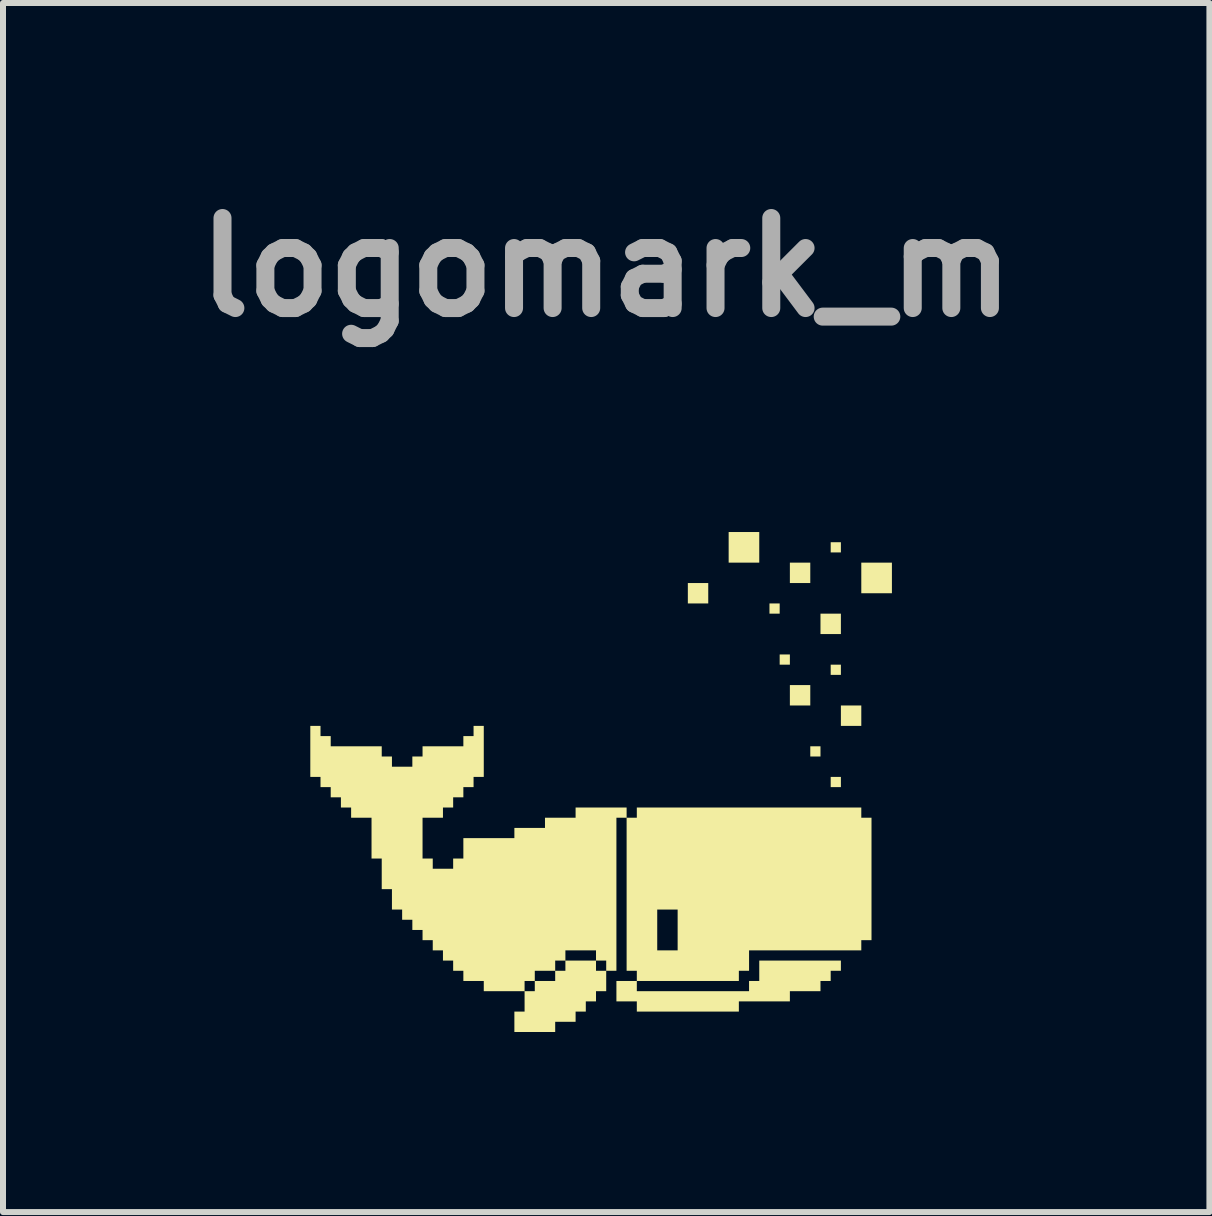
<source format=kicad_pcb>
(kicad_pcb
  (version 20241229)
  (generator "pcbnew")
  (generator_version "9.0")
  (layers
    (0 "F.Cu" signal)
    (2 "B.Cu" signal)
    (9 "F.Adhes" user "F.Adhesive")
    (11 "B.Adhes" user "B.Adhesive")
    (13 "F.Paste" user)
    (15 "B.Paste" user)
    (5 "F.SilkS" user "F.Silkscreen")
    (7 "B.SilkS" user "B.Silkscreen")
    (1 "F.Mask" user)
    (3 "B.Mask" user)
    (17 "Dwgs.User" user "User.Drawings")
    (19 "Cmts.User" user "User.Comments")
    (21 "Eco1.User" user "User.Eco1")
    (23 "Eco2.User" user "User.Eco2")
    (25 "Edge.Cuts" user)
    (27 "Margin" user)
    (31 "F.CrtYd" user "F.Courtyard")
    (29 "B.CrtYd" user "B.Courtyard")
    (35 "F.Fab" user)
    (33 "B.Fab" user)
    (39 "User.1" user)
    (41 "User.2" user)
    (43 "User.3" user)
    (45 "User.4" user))
  (footprint "logomark_m"
    (layer "F.Cu")
    (at 7.05 10.404)
    (property "Reference" "logomark_m" (at 0 -9 0) (layer "F.Fab") (effects (font (size 1.5 1.5) (thickness 0.3))))
    (attr board_only exclude_from_pos_files exclude_from_bom)
    (fp_poly (pts (xy 1.7 -3.57) (xy 1.7 -3.4) (xy 1.53 -3.4) (xy 1.36 -3.4) (xy 1.36 -3.57) (xy 1.36 -3.74) (xy 1.53 -3.74) (xy 1.7 -3.74)) (stroke (width 0) (type solid)) (fill yes) (layer "F.SilkS"))
    (fp_poly (pts (xy 2.55 -4.335) (xy 2.55 -4.08) (xy 2.295 -4.08) (xy 2.04 -4.08) (xy 2.04 -4.335) (xy 2.04 -4.59) (xy 2.295 -4.59) (xy 2.55 -4.59)) (stroke (width 0) (type solid)) (fill yes) (layer "F.SilkS"))
    (fp_poly (pts (xy 2.89 -3.315) (xy 2.89 -3.23) (xy 2.805 -3.23) (xy 2.72 -3.23) (xy 2.72 -3.315) (xy 2.72 -3.4) (xy 2.805 -3.4) (xy 2.89 -3.4)) (stroke (width 0) (type solid)) (fill yes) (layer "F.SilkS"))
    (fp_poly (pts (xy 3.06 -2.465) (xy 3.06 -2.38) (xy 2.975 -2.38) (xy 2.89 -2.38) (xy 2.89 -2.465) (xy 2.89 -2.55) (xy 2.975 -2.55) (xy 3.06 -2.55)) (stroke (width 0) (type solid)) (fill yes) (layer "F.SilkS"))
    (fp_poly (pts (xy 3.4 -3.91) (xy 3.4 -3.74) (xy 3.23 -3.74) (xy 3.06 -3.74) (xy 3.06 -3.91) (xy 3.06 -4.08) (xy 3.23 -4.08) (xy 3.4 -4.08)) (stroke (width 0) (type solid)) (fill yes) (layer "F.SilkS"))
    (fp_poly (pts (xy 3.4 -1.87) (xy 3.4 -1.7) (xy 3.23 -1.7) (xy 3.06 -1.7) (xy 3.06 -1.87) (xy 3.06 -2.04) (xy 3.23 -2.04) (xy 3.4 -2.04)) (stroke (width 0) (type solid)) (fill yes) (layer "F.SilkS"))
    (fp_poly (pts (xy 3.57 -0.935) (xy 3.57 -0.85) (xy 3.485 -0.85) (xy 3.4 -0.85) (xy 3.4 -0.935) (xy 3.4 -1.02) (xy 3.485 -1.02) (xy 3.57 -1.02)) (stroke (width 0) (type solid)) (fill yes) (layer "F.SilkS"))
    (fp_poly (pts (xy 3.91 -4.335) (xy 3.91 -4.25) (xy 3.825 -4.25) (xy 3.74 -4.25) (xy 3.74 -4.335) (xy 3.74 -4.42) (xy 3.825 -4.42) (xy 3.91 -4.42)) (stroke (width 0) (type solid)) (fill yes) (layer "F.SilkS"))
    (fp_poly (pts (xy 3.91 -3.06) (xy 3.91 -2.89) (xy 3.74 -2.89) (xy 3.57 -2.89) (xy 3.57 -3.06) (xy 3.57 -3.23) (xy 3.74 -3.23) (xy 3.91 -3.23)) (stroke (width 0) (type solid)) (fill yes) (layer "F.SilkS"))
    (fp_poly (pts (xy 3.91 -2.295) (xy 3.91 -2.21) (xy 3.825 -2.21) (xy 3.74 -2.21) (xy 3.74 -2.295) (xy 3.74 -2.38) (xy 3.825 -2.38) (xy 3.91 -2.38)) (stroke (width 0) (type solid)) (fill yes) (layer "F.SilkS"))
    (fp_poly (pts (xy 3.91 -0.425) (xy 3.91 -0.34) (xy 3.825 -0.34) (xy 3.74 -0.34) (xy 3.74 -0.425) (xy 3.74 -0.51) (xy 3.825 -0.51) (xy 3.91 -0.51)) (stroke (width 0) (type solid)) (fill yes) (layer "F.SilkS"))
    (fp_poly (pts (xy 4.25 -1.53) (xy 4.25 -1.36) (xy 4.08 -1.36) (xy 3.91 -1.36) (xy 3.91 -1.53) (xy 3.91 -1.7) (xy 4.08 -1.7) (xy 4.25 -1.7)) (stroke (width 0) (type solid)) (fill yes) (layer "F.SilkS"))
    (fp_poly (pts (xy 4.76 -3.825) (xy 4.76 -3.57) (xy 4.505 -3.57) (xy 4.25 -3.57) (xy 4.25 -3.825) (xy 4.25 -4.08) (xy 4.505 -4.08) (xy 4.76 -4.08)) (stroke (width 0) (type solid)) (fill yes) (layer "F.SilkS"))
    (fp_poly (pts (xy -4.76 -1.275) (xy -4.76 -1.19) (xy -4.675 -1.19) (xy -4.59 -1.19) (xy -4.59 -1.105) (xy -4.59 -1.02) (xy -4.165 -1.02) (xy -3.74 -1.02) (xy -3.74 -0.935) (xy -3.74 -0.85) (xy -3.655 -0.85) (xy -3.57 -0.85) (xy -3.57 -0.765) (xy -3.57 -0.68) (xy -3.4 -0.68) (xy -3.23 -0.68) (xy -3.23 -0.765) (xy -3.23 -0.85) (xy -3.145 -0.85) (xy -3.06 -0.85) (xy -3.06 -0.935) (xy -3.06 -1.02) (xy -2.72 -1.02) (xy -2.38 -1.02) (xy -2.38 -1.105) (xy -2.38 -1.19) (xy -2.295 -1.19) (xy -2.21 -1.19) (xy -2.21 -1.275) (xy -2.21 -1.36) (xy -2.125 -1.36) (xy -2.04 -1.36) (xy -2.04 -0.935) (xy -2.04 -0.51) (xy -2.125 -0.51) (xy -2.21 -0.51) (xy -2.21 -0.425) (xy -2.21 -0.34) (xy -2.295 -0.34) (xy -2.38 -0.34) (xy -2.38 -0.255) (xy -2.38 -0.17) (xy -2.465 -0.17) (xy -2.55 -0.17) (xy -2.55 -0.085) (xy -2.55 0) (xy -2.635 0) (xy -2.72 0) (xy -2.72 0.085) (xy -2.72 0.17) (xy -2.89 0.17) (xy -3.06 0.17) (xy -3.06 0.51) (xy -3.06 0.85) (xy -2.975 0.85) (xy -2.89 0.85) (xy -2.89 0.935) (xy -2.89 1.02) (xy -2.72 1.02) (xy -2.55 1.02) (xy -2.55 0.935) (xy -2.55 0.85) (xy -2.465 0.85) (xy -2.38 0.85) (xy -2.38 0.68) (xy -2.38 0.51) (xy -1.955 0.51) (xy -1.53 0.51) (xy -1.53 0.425) (xy -1.53 0.34) (xy -1.275 0.34) (xy -1.02 0.34) (xy -1.02 0.255) (xy -1.02 0.17) (xy -0.765 0.17) (xy -0.51 0.17) (xy -0.51 0.085) (xy -0.51 0) (xy -0.085 0) (xy 0.34 0) (xy 0.34 0.085) (xy 0.34 0.17) (xy 0.425 0.17) (xy 0.51 0.17) (xy 0.51 0.085) (xy 0.51 0) (xy 2.38 0) (xy 4.25 0) (xy 4.25 0.085) (xy 4.25 0.17) (xy 4.335 0.17) (xy 4.42 0.17) (xy 4.42 1.19) (xy 4.42 2.21) (xy 4.335 2.21) (xy 4.25 2.21) (xy 4.25 2.295) (xy 4.25 2.38) (xy 3.315 2.38) (xy 2.38 2.38) (xy 2.38 2.55) (xy 2.38 2.72) (xy 2.295 2.72) (xy 2.21 2.72) (xy 2.21 2.805) (xy 2.21 2.89) (xy 1.36 2.89) (xy 0.51 2.89) (xy 0.51 2.975) (xy 0.51 3.06) (xy 1.445 3.06) (xy 2.38 3.06) (xy 2.38 2.975) (xy 2.38 2.89) (xy 2.465 2.89) (xy 2.55 2.89) (xy 2.55 2.72) (xy 2.55 2.55) (xy 3.23 2.55) (xy 3.91 2.55) (xy 3.91 2.635) (xy 3.91 2.72) (xy 3.825 2.72) (xy 3.74 2.72) (xy 3.74 2.805) (xy 3.74 2.89) (xy 3.655 2.89) (xy 3.57 2.89) (xy 3.57 2.975) (xy 3.57 3.06) (xy 3.315 3.06) (xy 3.06 3.06) (xy 3.06 3.145) (xy 3.06 3.23) (xy 2.635 3.23) (xy 2.21 3.23) (xy 2.21 3.315) (xy 2.21 3.4) (xy 1.36 3.4) (xy 0.51 3.4) (xy 0.51 3.315) (xy 0.51 3.23) (xy 0.34 3.23) (xy 0.17 3.23) (xy 0.17 3.06) (xy 0.17 2.89) (xy 0.34 2.89) (xy 0.51 2.89) (xy 0.51 2.805) (xy 0.51 2.72) (xy 0.425 2.72) (xy 0.34 2.72) (xy 0.34 1.7) (xy 0.85 1.7) (xy 0.85 2.04) (xy 0.85 2.38) (xy 1.02 2.38) (xy 1.19 2.38) (xy 1.19 2.04) (xy 1.19 1.7) (xy 1.02 1.7) (xy 0.85 1.7) (xy 0.34 1.7) (xy 0.34 1.445) (xy 0.34 0.17) (xy 0.255 0.17) (xy 0.17 0.17) (xy 0.17 1.445) (xy 0.17 2.72) (xy 0.085 2.72) (xy 0 2.72) (xy 0 2.89) (xy 0 3.06) (xy -0.085 3.06) (xy -0.17 3.06) (xy -0.17 3.145) (xy -0.17 3.23) (xy -0.255 3.23) (xy -0.34 3.23) (xy -0.34 3.315) (xy -0.34 3.4) (xy -0.425 3.4) (xy -0.51 3.4) (xy -0.51 3.485) (xy -0.51 3.57) (xy -0.68 3.57) (xy -0.85 3.57) (xy -0.85 3.655) (xy -0.85 3.74) (xy -1.19 3.74) (xy -1.53 3.74) (xy -1.53 3.57) (xy -1.53 3.4) (xy -1.445 3.4) (xy -1.36 3.4) (xy -1.36 3.23) (xy -1.36 3.06) (xy -1.275 3.06) (xy -1.19 3.06) (xy -1.19 2.975) (xy -1.19 2.89) (xy -1.02 2.89) (xy -0.85 2.89) (xy -0.85 2.805) (xy -0.85 2.72) (xy -0.765 2.72) (xy -0.68 2.72) (xy -0.68 2.635) (xy -0.68 2.55) (xy -0.425 2.55) (xy -0.17 2.55) (xy -0.17 2.635) (xy -0.17 2.72) (xy -0.085 2.72) (xy 0 2.72) (xy 0 2.635) (xy 0 2.55) (xy -0.085 2.55) (xy -0.17 2.55) (xy -0.17 2.465) (xy -0.17 2.38) (xy -0.425 2.38) (xy -0.68 2.38) (xy -0.68 2.465) (xy -0.68 2.55) (xy -0.765 2.55) (xy -0.85 2.55) (xy -0.85 2.635) (xy -0.85 2.72) (xy -1.02 2.72) (xy -1.19 2.72) (xy -1.19 2.805) (xy -1.19 2.89) (xy -1.275 2.89) (xy -1.36 2.89) (xy -1.36 2.975) (xy -1.36 3.06) (xy -1.7 3.06) (xy -2.04 3.06) (xy -2.04 2.975) (xy -2.04 2.89) (xy -2.21 2.89) (xy -2.38 2.89) (xy -2.38 2.805) (xy -2.38 2.72) (xy -2.465 2.72) (xy -2.55 2.72) (xy -2.55 2.635) (xy -2.55 2.55) (xy -2.635 2.55) (xy -2.72 2.55) (xy -2.72 2.465) (xy -2.72 2.38) (xy -2.805 2.38) (xy -2.89 2.38) (xy -2.89 2.295) (xy -2.89 2.21) (xy -2.975 2.21) (xy -3.06 2.21) (xy -3.06 2.125) (xy -3.06 2.04) (xy -3.145 2.04) (xy -3.23 2.04) (xy -3.23 1.955) (xy -3.23 1.87) (xy -3.315 1.87) (xy -3.4 1.87) (xy -3.4 1.785) (xy -3.4 1.7) (xy -3.485 1.7) (xy -3.57 1.7) (xy -3.57 1.53) (xy -3.57 1.36) (xy -3.655 1.36) (xy -3.74 1.36) (xy -3.74 1.105) (xy -3.74 0.85) (xy -3.825 0.85) (xy -3.91 0.85) (xy -3.91 0.51) (xy -3.91 0.17) (xy -4.08 0.17) (xy -4.25 0.17) (xy -4.25 0.085) (xy -4.25 0) (xy -4.335 0) (xy -4.42 0) (xy -4.42 -0.085) (xy -4.42 -0.17) (xy -4.505 -0.17) (xy -4.59 -0.17) (xy -4.59 -0.255) (xy -4.59 -0.34) (xy -4.675 -0.34) (xy -4.76 -0.34) (xy -4.76 -0.425) (xy -4.76 -0.51) (xy -4.845 -0.51) (xy -4.93 -0.51) (xy -4.93 -0.935) (xy -4.93 -1.36) (xy -4.845 -1.36) (xy -4.76 -1.36)) (stroke (width 0) (type solid)) (fill yes) (layer "F.SilkS")))
  (gr_rect
    (start -3 -3)
    (end 17.1 17.144)
    (stroke (width 0.1) (type default))
    (fill no)
    (layer "Edge.Cuts")))
</source>
